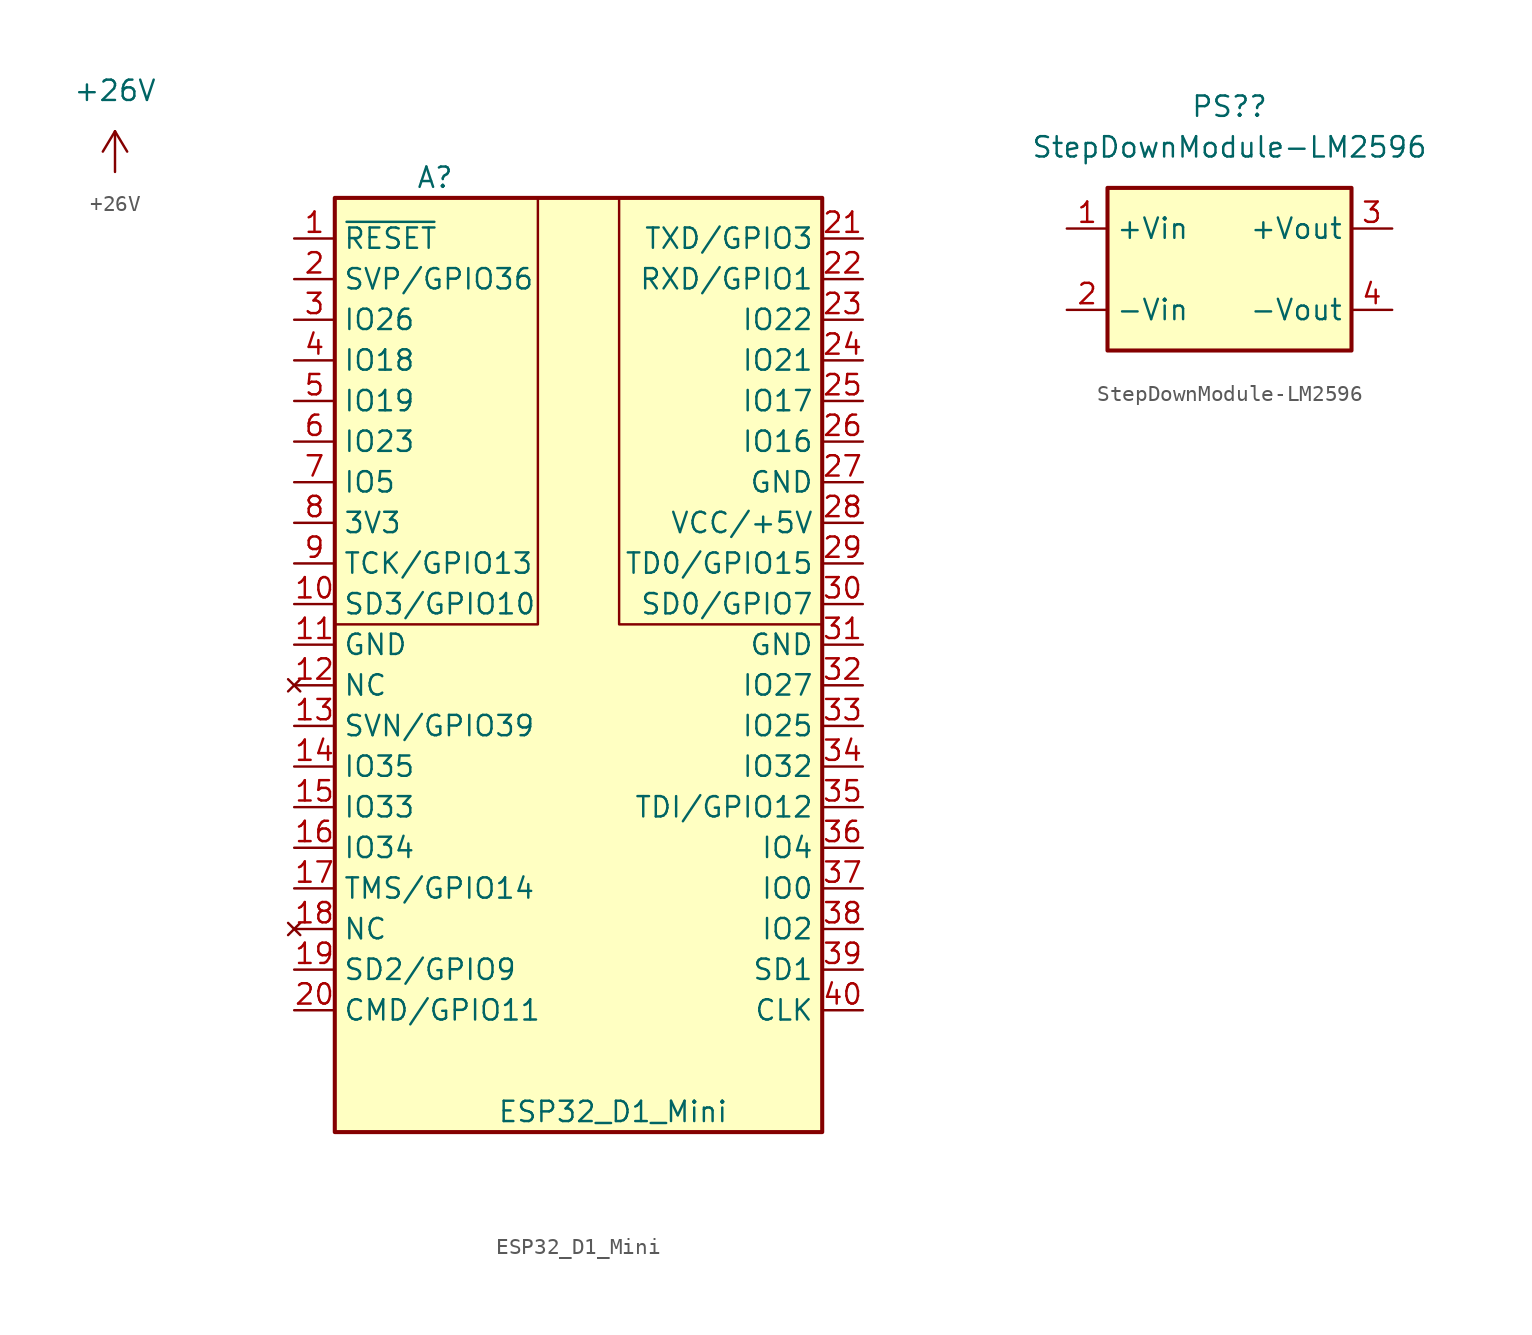
<source format=kicad_sym>
(kicad_symbol_lib
  (version 20211014)
  (generator kicad_symbol_editor)
  (symbol "+26V"
    (power)
    (pin_names
      (offset 0))
    (property "Reference" "#PWR?"
      (at 0 -3.81 0)
      (effects (font (size 1.27 1.27)) hide))
    (property "Value" "+26V"
      (at 0 5.08 0)
      (effects (font (size 1.27 1.27))))
    (symbol "+26V_0_1"
      (polyline (pts (xy -0.762 1.27) (xy 0 2.54)) (stroke (width 0) (type default) (color 0 0 0 0)) (fill (type none)))
      (polyline (pts (xy 0 0) (xy 0 2.54)) (stroke (width 0) (type default) (color 0 0 0 0)) (fill (type none)))
      (polyline (pts (xy 0 2.54) (xy 0.762 1.27)) (stroke (width 0) (type default) (color 0 0 0 0)) (fill (type none))))
    (symbol "+26V_1_1"
      (pin power_in line (at 0 0 90) (length 0) hide (name "+26V" (effects (font (size 1.27 1.27)))) (number "1" (effects (font (size 1.27 1.27)))))))
  (symbol "ESP32_D1_Mini"
    (property "Reference" "A"
      (at -10.16 29.21 0)
      (effects (font (size 1.27 1.27)) (justify left)))
    (property "Value" "ESP32_D1_Mini"
      (at -5.08 -29.21 0)
      (effects (font (size 1.27 1.27)) (justify left)))
    (symbol "ESP32_D1_Mini_0_0"
      (pin bidirectional line (at -17.78 22.86 0) (length 2.54) (name "SVP/GPIO36" (effects (font (size 1.27 1.27)))) (number "2" (effects (font (size 1.27 1.27)))))
      (pin bidirectional line (at 17.78 12.7 180) (length 2.54) (name "IO16" (effects (font (size 1.27 1.27)))) (number "26" (effects (font (size 1.27 1.27)))))
      (pin power_in line (at 17.78 10.16 180) (length 2.54) (name "GND" (effects (font (size 1.27 1.27)))) (number "27" (effects (font (size 1.27 1.27)))))
      (pin bidirectional line (at 17.78 -5.08 180) (length 2.54) (name "IO25" (effects (font (size 1.27 1.27)))) (number "33" (effects (font (size 1.27 1.27)))))
      (pin bidirectional line (at 17.78 -7.62 180) (length 2.54) (name "IO32" (effects (font (size 1.27 1.27)))) (number "34" (effects (font (size 1.27 1.27)))))
      (pin bidirectional line (at 17.78 -10.16 180) (length 2.54) (name "TDI/GPIO12" (effects (font (size 1.27 1.27)))) (number "35" (effects (font (size 1.27 1.27)))))
      (pin bidirectional line (at 17.78 -12.7 180) (length 2.54) (name "IO4" (effects (font (size 1.27 1.27)))) (number "36" (effects (font (size 1.27 1.27)))))
      (pin bidirectional line (at 17.78 -15.24 180) (length 2.54) (name "IO0" (effects (font (size 1.27 1.27)))) (number "37" (effects (font (size 1.27 1.27)))))
      (pin bidirectional line (at 17.78 -17.78 180) (length 2.54) (name "IO2" (effects (font (size 1.27 1.27)))) (number "38" (effects (font (size 1.27 1.27)))))
      (pin bidirectional line (at 17.78 -20.32 180) (length 2.54) (name "SD1" (effects (font (size 1.27 1.27)))) (number "39" (effects (font (size 1.27 1.27)))))
      (pin bidirectional line (at -17.78 17.78 0) (length 2.54) (name "IO18" (effects (font (size 1.27 1.27)))) (number "4" (effects (font (size 1.27 1.27)))))
      (pin bidirectional line (at 17.78 -22.86 180) (length 2.54) (name "CLK" (effects (font (size 1.27 1.27)))) (number "40" (effects (font (size 1.27 1.27))))))
    (symbol "ESP32_D1_Mini_0_1"
      (rectangle (start -15.24 27.94) (end 15.24 -30.48) (stroke (width 0.254) (type default) (color 0 0 0 0)) (fill (type background)))
      (polyline (pts (xy -15.24 1.27) (xy -2.54 1.27) (xy -2.54 27.94)) (stroke (width 0) (type default) (color 0 0 0 0)) (fill (type none)))
      (polyline (pts (xy 15.24 1.27) (xy 2.54 1.27) (xy 2.54 27.94)) (stroke (width 0) (type default) (color 0 0 0 0)) (fill (type none))))
    (symbol "ESP32_D1_Mini_1_1"
      (pin input line (at -17.78 25.4 0) (length 2.54) (name "~{RESET}" (effects (font (size 1.27 1.27)))) (number "1" (effects (font (size 1.27 1.27)))))
      (pin bidirectional line (at -17.78 2.54 0) (length 2.54) (name "SD3/GPIO10" (effects (font (size 1.27 1.27)))) (number "10" (effects (font (size 1.27 1.27)))))
      (pin power_in line (at -17.78 0 0) (length 2.54) (name "GND" (effects (font (size 1.27 1.27)))) (number "11" (effects (font (size 1.27 1.27)))))
      (pin no_connect line (at -17.78 -2.54 0) (length 2.54) (name "NC" (effects (font (size 1.27 1.27)))) (number "12" (effects (font (size 1.27 1.27)))))
      (pin bidirectional line (at -17.78 -5.08 0) (length 2.54) (name "SVN/GPIO39" (effects (font (size 1.27 1.27)))) (number "13" (effects (font (size 1.27 1.27)))))
      (pin bidirectional line (at -17.78 -7.62 0) (length 2.54) (name "IO35" (effects (font (size 1.27 1.27)))) (number "14" (effects (font (size 1.27 1.27)))))
      (pin bidirectional line (at -17.78 -10.16 0) (length 2.54) (name "IO33" (effects (font (size 1.27 1.27)))) (number "15" (effects (font (size 1.27 1.27)))))
      (pin bidirectional line (at -17.78 -12.7 0) (length 2.54) (name "IO34" (effects (font (size 1.27 1.27)))) (number "16" (effects (font (size 1.27 1.27)))))
      (pin bidirectional line (at -17.78 -15.24 0) (length 2.54) (name "TMS/GPIO14" (effects (font (size 1.27 1.27)))) (number "17" (effects (font (size 1.27 1.27)))))
      (pin no_connect line (at -17.78 -17.78 0) (length 2.54) (name "NC" (effects (font (size 1.27 1.27)))) (number "18" (effects (font (size 1.27 1.27)))))
      (pin bidirectional line (at -17.78 -20.32 0) (length 2.54) (name "SD2/GPIO9" (effects (font (size 1.27 1.27)))) (number "19" (effects (font (size 1.27 1.27)))))
      (pin bidirectional line (at -17.78 -22.86 0) (length 2.54) (name "CMD/GPIO11" (effects (font (size 1.27 1.27)))) (number "20" (effects (font (size 1.27 1.27)))))
      (pin bidirectional line (at 17.78 25.4 180) (length 2.54) (name "TXD/GPIO3" (effects (font (size 1.27 1.27)))) (number "21" (effects (font (size 1.27 1.27)))))
      (pin bidirectional line (at 17.78 22.86 180) (length 2.54) (name "RXD/GPIO1" (effects (font (size 1.27 1.27)))) (number "22" (effects (font (size 1.27 1.27)))))
      (pin bidirectional line (at 17.78 20.32 180) (length 2.54) (name "IO22" (effects (font (size 1.27 1.27)))) (number "23" (effects (font (size 1.27 1.27)))))
      (pin bidirectional line (at 17.78 17.78 180) (length 2.54) (name "IO21" (effects (font (size 1.27 1.27)))) (number "24" (effects (font (size 1.27 1.27)))))
      (pin bidirectional line (at 17.78 15.24 180) (length 2.54) (name "IO17" (effects (font (size 1.27 1.27)))) (number "25" (effects (font (size 1.27 1.27)))))
      (pin power_in line (at 17.78 7.62 180) (length 2.54) (name "VCC/+5V" (effects (font (size 1.27 1.27)))) (number "28" (effects (font (size 1.27 1.27)))))
      (pin bidirectional line (at 17.78 5.08 180) (length 2.54) (name "TD0/GPIO15" (effects (font (size 1.27 1.27)))) (number "29" (effects (font (size 1.27 1.27)))))
      (pin bidirectional line (at -17.78 20.32 0) (length 2.54) (name "IO26" (effects (font (size 1.27 1.27)))) (number "3" (effects (font (size 1.27 1.27)))))
      (pin bidirectional line (at 17.78 2.54 180) (length 2.54) (name "SD0/GPIO7" (effects (font (size 1.27 1.27)))) (number "30" (effects (font (size 1.27 1.27)))))
      (pin power_in line (at 17.78 0 180) (length 2.54) (name "GND" (effects (font (size 1.27 1.27)))) (number "31" (effects (font (size 1.27 1.27)))))
      (pin bidirectional line (at 17.78 -2.54 180) (length 2.54) (name "IO27" (effects (font (size 1.27 1.27)))) (number "32" (effects (font (size 1.27 1.27)))))
      (pin bidirectional line (at -17.78 15.24 0) (length 2.54) (name "IO19" (effects (font (size 1.27 1.27)))) (number "5" (effects (font (size 1.27 1.27)))))
      (pin bidirectional line (at -17.78 12.7 0) (length 2.54) (name "IO23" (effects (font (size 1.27 1.27)))) (number "6" (effects (font (size 1.27 1.27)))))
      (pin bidirectional line (at -17.78 10.16 0) (length 2.54) (name "IO5" (effects (font (size 1.27 1.27)))) (number "7" (effects (font (size 1.27 1.27)))))
      (pin power_in line (at -17.78 7.62 0) (length 2.54) (name "3V3" (effects (font (size 1.27 1.27)))) (number "8" (effects (font (size 1.27 1.27)))))
      (pin bidirectional line (at -17.78 5.08 0) (length 2.54) (name "TCK/GPIO13" (effects (font (size 1.27 1.27)))) (number "9" (effects (font (size 1.27 1.27)))))))
  (symbol "StepDownModule-LM2596"
    (property "Reference" "PS?"
      (at 0 10.16 0)
      (effects (font (size 1.27 1.27))))
    (property "Value" "StepDownModule-LM2596"
      (at 0 7.62 0)
      (effects (font (size 1.27 1.27))))
    (symbol "StepDownModule-LM2596_0_0"
      (pin power_in line (at -10.16 2.54 0) (length 2.54) (name "+Vin" (effects (font (size 1.27 1.27)))) (number "1" (effects (font (size 1.27 1.27)))))
      (pin power_in line (at -10.16 -2.54 0) (length 2.54) (name "-Vin" (effects (font (size 1.27 1.27)))) (number "2" (effects (font (size 1.27 1.27)))))
      (pin power_out line (at 10.16 2.54 180) (length 2.54) (name "+Vout" (effects (font (size 1.27 1.27)))) (number "3" (effects (font (size 1.27 1.27)))))
      (pin power_out line (at 10.16 -2.54 180) (length 2.54) (name "-Vout" (effects (font (size 1.27 1.27)))) (number "4" (effects (font (size 1.27 1.27))))))
    (symbol "StepDownModule-LM2596_0_1"
      (rectangle (start -7.62 5.08) (end 7.62 -5.08) (stroke (width 0.254) (type default) (color 0 0 0 0)) (fill (type background))))))
</source>
